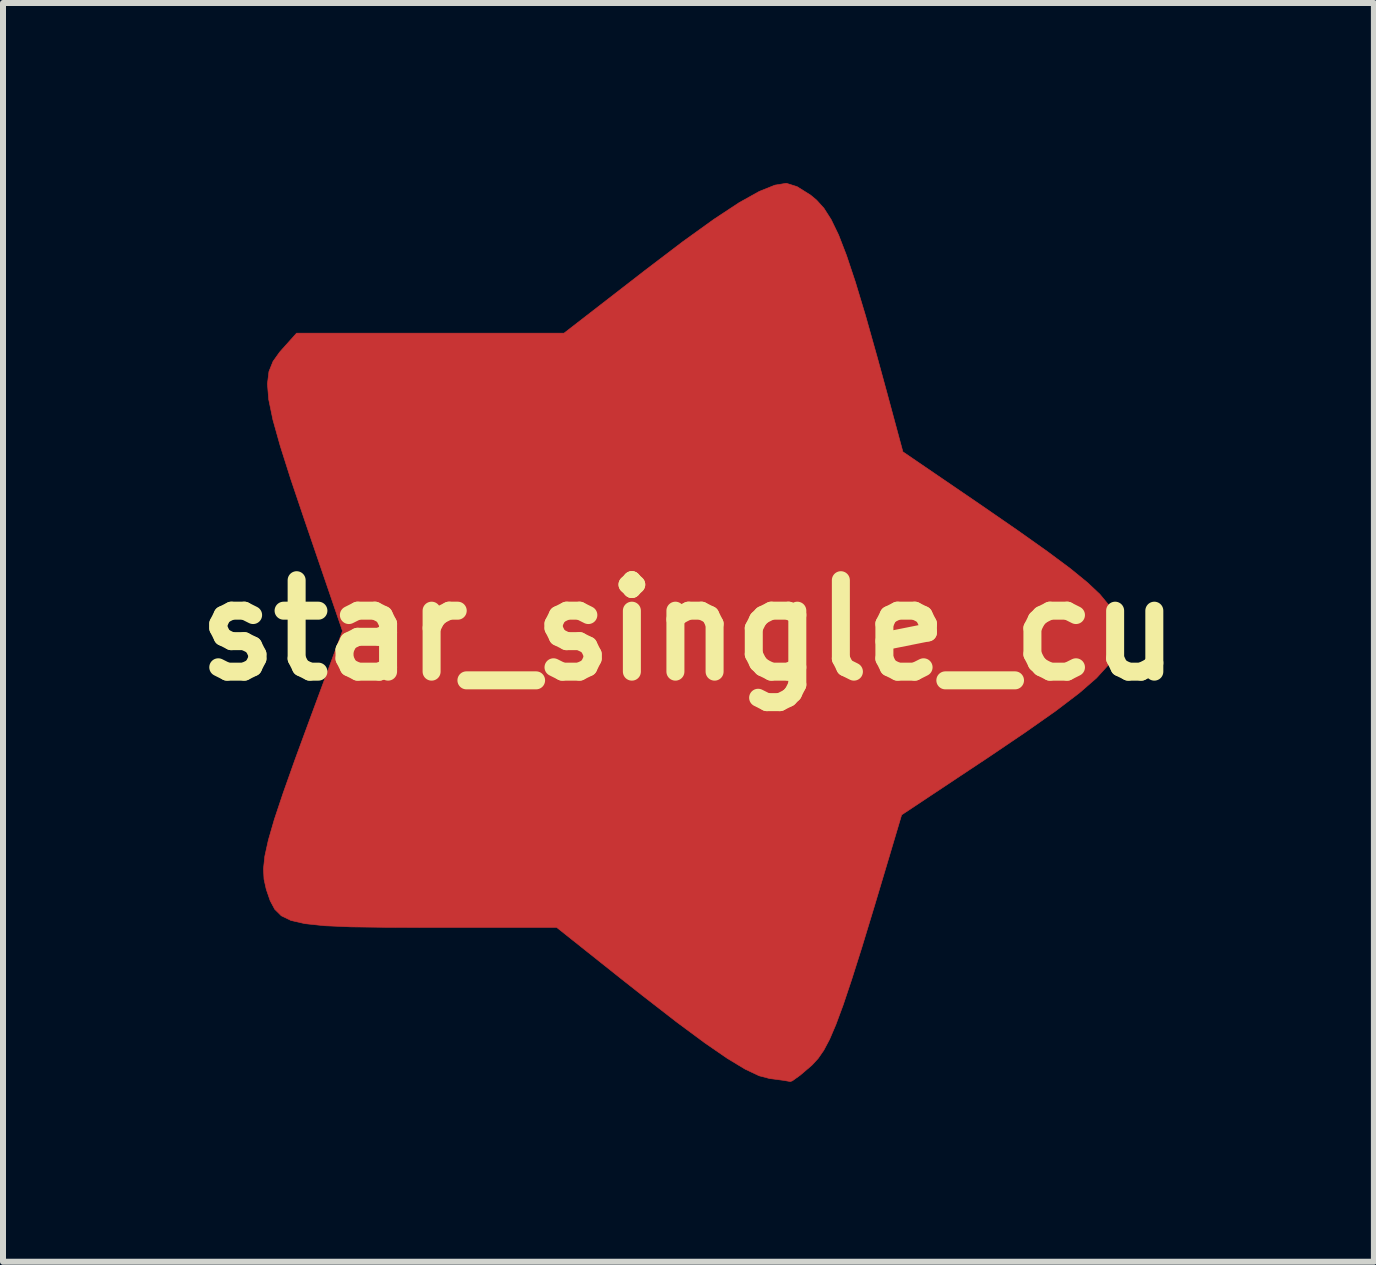
<source format=kicad_pcb>
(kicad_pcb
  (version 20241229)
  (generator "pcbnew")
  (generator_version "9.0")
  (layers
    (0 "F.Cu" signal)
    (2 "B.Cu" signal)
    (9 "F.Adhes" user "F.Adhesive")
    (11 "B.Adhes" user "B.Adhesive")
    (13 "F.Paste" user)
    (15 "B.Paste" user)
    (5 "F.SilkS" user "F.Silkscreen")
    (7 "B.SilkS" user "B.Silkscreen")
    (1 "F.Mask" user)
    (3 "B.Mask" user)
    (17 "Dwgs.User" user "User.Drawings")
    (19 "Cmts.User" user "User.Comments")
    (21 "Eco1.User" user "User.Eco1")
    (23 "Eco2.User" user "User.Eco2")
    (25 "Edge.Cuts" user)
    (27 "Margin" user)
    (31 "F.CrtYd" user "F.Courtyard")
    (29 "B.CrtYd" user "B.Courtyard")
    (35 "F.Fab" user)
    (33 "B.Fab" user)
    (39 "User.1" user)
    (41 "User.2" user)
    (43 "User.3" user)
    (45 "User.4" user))
  (footprint "star_single_cu"
    (layer "F.Cu")
    (at 8.426 7.456)
    (property "Reference" "star_single_cu" (at 0 0 0) (layer "F.SilkS") (effects (font (size 1.524 1.524) (thickness 0.3))))
    (attr through_hole)
    (fp_poly (pts (xy 1.81 -7.395) (xy 2.034 -7.255) (xy 2.135 -7.171) (xy 2.258 -7.035) (xy 2.378 -6.847) (xy 2.502 -6.591) (xy 2.634 -6.249) (xy 2.782 -5.805) (xy 2.952 -5.242) (xy 3.149 -4.542) (xy 3.307 -3.964) (xy 3.574 -2.975) (xy 4.853 -2.102) (xy 5.479 -1.67) (xy 5.977 -1.317) (xy 6.363 -1.03) (xy 6.651 -0.795) (xy 6.857 -0.601) (xy 6.995 -0.434) (xy 7.081 -0.282) (xy 7.115 -0.188) (xy 7.161 0.015) (xy 7.165 0.203) (xy 7.114 0.387) (xy 6.996 0.581) (xy 6.8 0.797) (xy 6.513 1.046) (xy 6.123 1.343) (xy 5.618 1.698) (xy 4.987 2.125) (xy 4.676 2.331) (xy 3.553 3.077) (xy 3.337 3.803) (xy 3.094 4.616) (xy 2.891 5.283) (xy 2.721 5.82) (xy 2.579 6.244) (xy 2.458 6.571) (xy 2.353 6.817) (xy 2.256 7) (xy 2.162 7.136) (xy 2.065 7.242) (xy 2.05 7.256) (xy 1.864 7.415) (xy 1.732 7.51) (xy 1.698 7.522) (xy 1.59 7.503) (xy 1.387 7.476) (xy 1.357 7.473) (xy 1.178 7.426) (xy 0.947 7.317) (xy 0.65 7.138) (xy 0.274 6.879) (xy -0.196 6.531) (xy -0.771 6.085) (xy -1.12 5.81) (xy -2.197 4.953) (xy -4.337 4.953) (xy -5.055 4.951) (xy -5.624 4.944) (xy -6.062 4.925) (xy -6.389 4.891) (xy -6.624 4.838) (xy -6.787 4.759) (xy -6.896 4.651) (xy -6.972 4.509) (xy -7.034 4.329) (xy -7.04 4.308) (xy -7.075 4.151) (xy -7.084 3.977) (xy -7.062 3.766) (xy -7.003 3.498) (xy -6.903 3.152) (xy -6.755 2.709) (xy -6.556 2.148) (xy -6.307 1.471) (xy -5.767 0.012) (xy -6.397 -1.831) (xy -6.63 -2.522) (xy -6.805 -3.074) (xy -6.927 -3.509) (xy -6.997 -3.847) (xy -7.018 -4.108) (xy -6.993 -4.313) (xy -6.925 -4.482) (xy -6.816 -4.635) (xy -6.78 -4.676) (xy -6.532 -4.953) (xy -2.074 -4.953) (xy -0.729 -5.995) (xy -0.097 -6.476) (xy 0.424 -6.851) (xy 0.844 -7.128) (xy 1.179 -7.315) (xy 1.44 -7.42) (xy 1.632 -7.451) (xy 1.81 -7.395)) (stroke (width 0.01) (type solid)) (fill yes) (layer "F.Cu")))
  (gr_rect
    (start -3 -3)
    (end 19.851 17.982)
    (stroke (width 0.1) (type default))
    (fill no)
    (layer "Edge.Cuts")))
</source>
